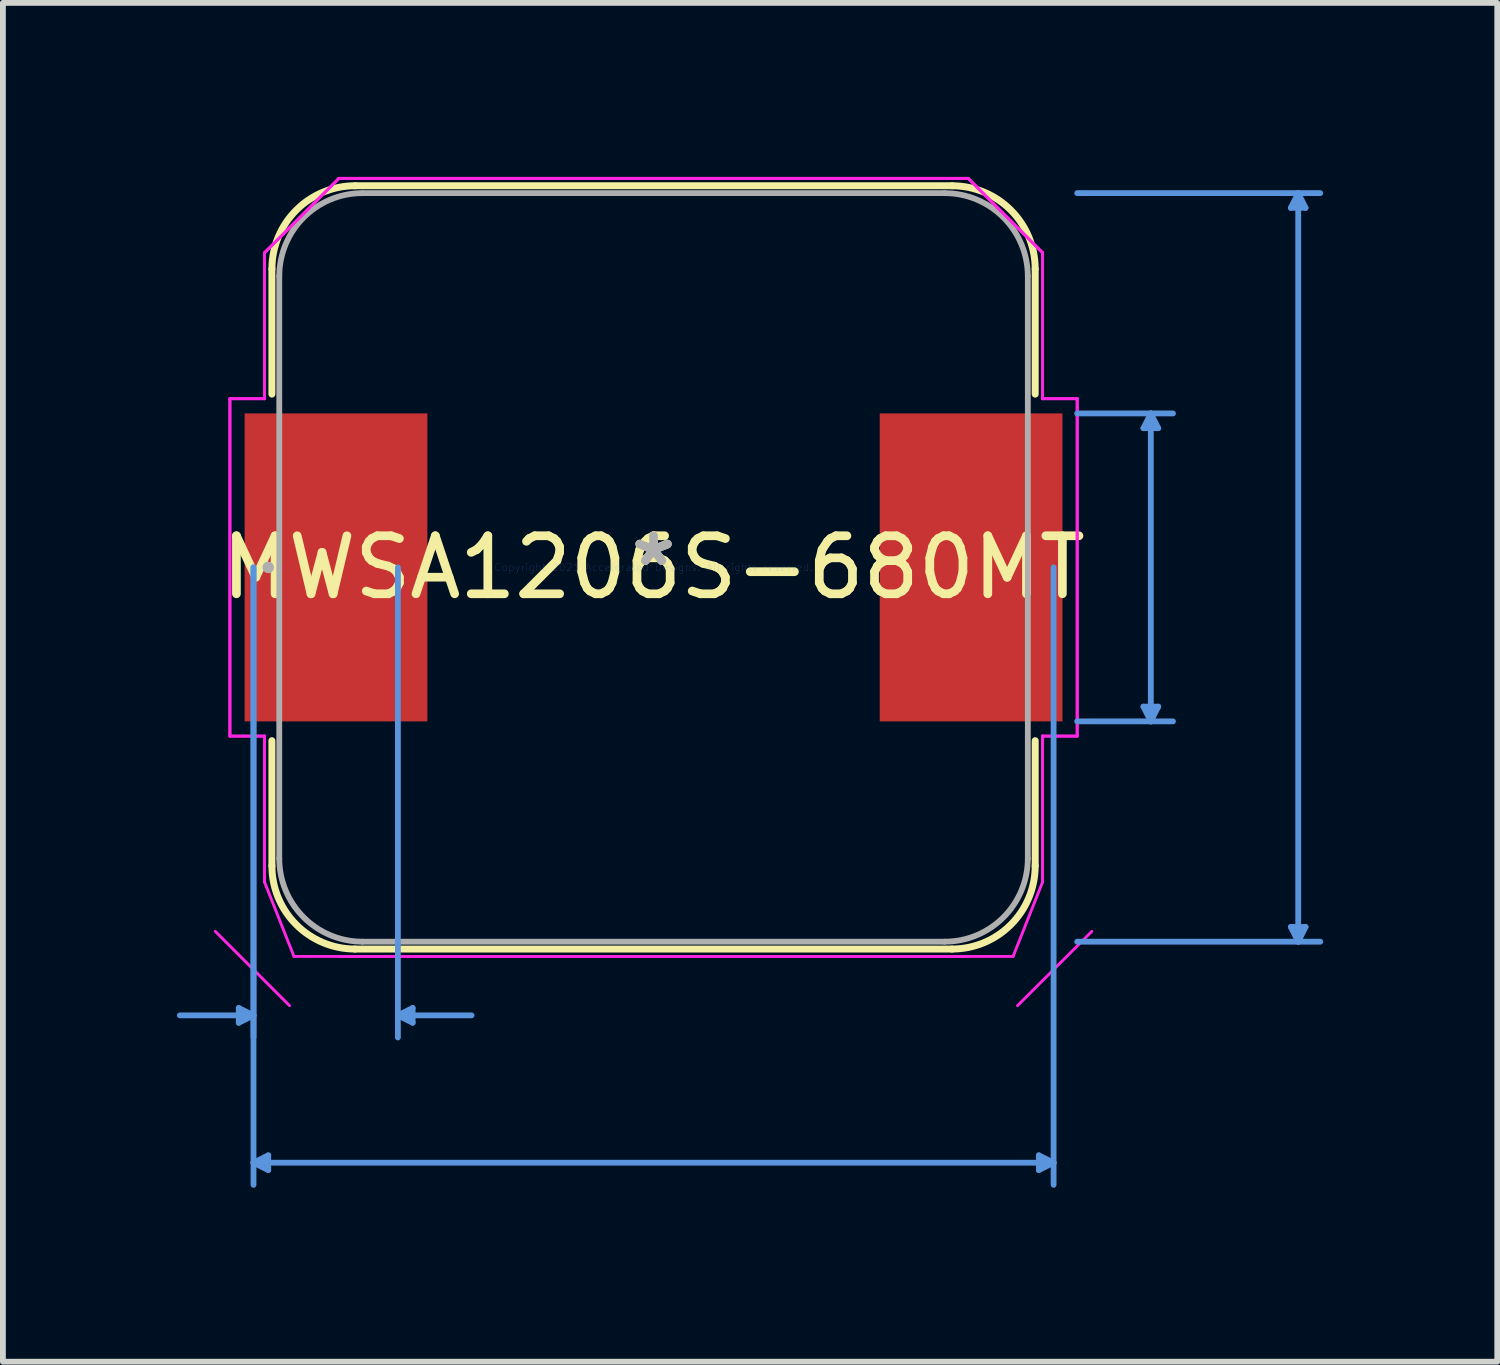
<source format=kicad_pcb>
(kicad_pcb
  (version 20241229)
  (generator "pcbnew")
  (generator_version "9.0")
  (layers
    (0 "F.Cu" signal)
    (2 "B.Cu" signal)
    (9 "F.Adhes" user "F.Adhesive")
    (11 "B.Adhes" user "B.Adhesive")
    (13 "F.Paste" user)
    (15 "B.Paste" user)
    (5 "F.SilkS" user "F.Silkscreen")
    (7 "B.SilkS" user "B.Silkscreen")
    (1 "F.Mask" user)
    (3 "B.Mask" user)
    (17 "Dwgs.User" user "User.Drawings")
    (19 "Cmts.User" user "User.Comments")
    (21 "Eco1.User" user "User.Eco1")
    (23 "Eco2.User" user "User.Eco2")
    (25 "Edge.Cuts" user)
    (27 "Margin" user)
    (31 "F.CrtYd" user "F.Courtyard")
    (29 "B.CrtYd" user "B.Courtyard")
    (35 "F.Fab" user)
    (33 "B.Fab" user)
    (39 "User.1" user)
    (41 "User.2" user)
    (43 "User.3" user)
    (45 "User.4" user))
  (footprint "MWSA1206S-680MT"
    (layer "F.Cu")
    (at 8.216 6.731)
    (property "Reference" "MWSA1206S-680MT" (at 0 0 0) (layer "F.SilkS") (effects (font (size 1 1) (thickness 0.15))))
    (attr through_hole)
    (fp_line (start -6.579 -2.987) (end -6.579 -5.145) (stroke (width 0.12) (type solid)) (layer "F.SilkS"))
    (fp_line (start -6.579 5.145) (end -6.579 2.987) (stroke (width 0.12) (type solid)) (layer "F.SilkS"))
    (fp_line (start -5.145 -6.579) (end 5.145 -6.579) (stroke (width 0.12) (type solid)) (layer "F.SilkS"))
    (fp_line (start -5.145 6.579) (end 5.145 6.579) (stroke (width 0.12) (type solid)) (layer "F.SilkS"))
    (fp_line (start 6.579 -5.145) (end 6.579 -2.987) (stroke (width 0.12) (type solid)) (layer "F.SilkS"))
    (fp_line (start 6.579 2.987) (end 6.579 5.145) (stroke (width 0.12) (type solid)) (layer "F.SilkS"))
    (fp_arc (start -6.5786 -5.144911) (mid -6.158682 -6.158682) (end -5.144911 -6.5786) (stroke (width 0.12) (type solid)) (layer "F.SilkS"))
    (fp_arc (start -5.144911 6.5786) (mid -6.158682 6.158682) (end -6.5786 5.144911) (stroke (width 0.12) (type solid)) (layer "F.SilkS"))
    (fp_arc (start 5.144911 -6.5786) (mid 6.158682 -6.158682) (end 6.5786 -5.144911) (stroke (width 0.12) (type solid)) (layer "F.SilkS"))
    (fp_arc (start 6.5786 5.144911) (mid 6.158682 6.158682) (end 5.144911 6.5786) (stroke (width 0.12) (type solid)) (layer "F.SilkS"))
    (fp_line (start -7.15 7.595) (end -7.15 7.849) (stroke (width 0.1) (type solid)) (layer "Cmts.User"))
    (fp_line (start -6.896 0) (end -6.896 8.103) (stroke (width 0.1) (type solid)) (layer "Cmts.User"))
    (fp_line (start -6.896 0) (end -6.896 10.643) (stroke (width 0.1) (type solid)) (layer "Cmts.User"))
    (fp_line (start -6.896 7.722) (end -8.166 7.722) (stroke (width 0.1) (type solid)) (layer "Cmts.User"))
    (fp_line (start -6.896 7.722) (end -7.15 7.595) (stroke (width 0.1) (type solid)) (layer "Cmts.User"))
    (fp_line (start -6.896 7.722) (end -7.15 7.849) (stroke (width 0.1) (type solid)) (layer "Cmts.User"))
    (fp_line (start -6.896 10.262) (end -6.642 10.135) (stroke (width 0.1) (type solid)) (layer "Cmts.User"))
    (fp_line (start -6.896 10.262) (end -6.642 10.389) (stroke (width 0.1) (type solid)) (layer "Cmts.User"))
    (fp_line (start -6.896 10.262) (end 6.896 10.262) (stroke (width 0.1) (type solid)) (layer "Cmts.User"))
    (fp_line (start -6.642 10.135) (end -6.642 10.389) (stroke (width 0.1) (type solid)) (layer "Cmts.User"))
    (fp_line (start -4.407 0) (end -4.407 8.103) (stroke (width 0.1) (type solid)) (layer "Cmts.User"))
    (fp_line (start -4.407 7.722) (end -4.153 7.595) (stroke (width 0.1) (type solid)) (layer "Cmts.User"))
    (fp_line (start -4.407 7.722) (end -4.153 7.849) (stroke (width 0.1) (type solid)) (layer "Cmts.User"))
    (fp_line (start -4.407 7.722) (end -3.137 7.722) (stroke (width 0.1) (type solid)) (layer "Cmts.User"))
    (fp_line (start -4.153 7.595) (end -4.153 7.849) (stroke (width 0.1) (type solid)) (layer "Cmts.User"))
    (fp_line (start 6.642 10.135) (end 6.642 10.389) (stroke (width 0.1) (type solid)) (layer "Cmts.User"))
    (fp_line (start 6.896 0) (end 6.896 10.643) (stroke (width 0.1) (type solid)) (layer "Cmts.User"))
    (fp_line (start 6.896 10.262) (end 6.642 10.135) (stroke (width 0.1) (type solid)) (layer "Cmts.User"))
    (fp_line (start 6.896 10.262) (end 6.642 10.389) (stroke (width 0.1) (type solid)) (layer "Cmts.User"))
    (fp_line (start 7.303 -6.452) (end 11.493 -6.452) (stroke (width 0.1) (type solid)) (layer "Cmts.User"))
    (fp_line (start 7.303 -2.654) (end 8.954 -2.654) (stroke (width 0.1) (type solid)) (layer "Cmts.User"))
    (fp_line (start 7.303 2.654) (end 8.954 2.654) (stroke (width 0.1) (type solid)) (layer "Cmts.User"))
    (fp_line (start 7.303 6.452) (end 11.493 6.452) (stroke (width 0.1) (type solid)) (layer "Cmts.User"))
    (fp_line (start 8.445 -2.4) (end 8.7 -2.4) (stroke (width 0.1) (type solid)) (layer "Cmts.User"))
    (fp_line (start 8.445 2.4) (end 8.7 2.4) (stroke (width 0.1) (type solid)) (layer "Cmts.User"))
    (fp_line (start 8.572 -2.654) (end 8.445 -2.4) (stroke (width 0.1) (type solid)) (layer "Cmts.User"))
    (fp_line (start 8.572 -2.654) (end 8.572 2.654) (stroke (width 0.1) (type solid)) (layer "Cmts.User"))
    (fp_line (start 8.572 -2.654) (end 8.7 -2.4) (stroke (width 0.1) (type solid)) (layer "Cmts.User"))
    (fp_line (start 8.572 2.654) (end 8.445 2.4) (stroke (width 0.1) (type solid)) (layer "Cmts.User"))
    (fp_line (start 8.572 2.654) (end 8.7 2.4) (stroke (width 0.1) (type solid)) (layer "Cmts.User"))
    (fp_line (start 10.986 -6.198) (end 11.239 -6.198) (stroke (width 0.1) (type solid)) (layer "Cmts.User"))
    (fp_line (start 10.986 6.198) (end 11.239 6.198) (stroke (width 0.1) (type solid)) (layer "Cmts.User"))
    (fp_line (start 11.113 -6.452) (end 10.986 -6.198) (stroke (width 0.1) (type solid)) (layer "Cmts.User"))
    (fp_line (start 11.113 -6.452) (end 11.113 6.452) (stroke (width 0.1) (type solid)) (layer "Cmts.User"))
    (fp_line (start 11.113 -6.452) (end 11.239 -6.198) (stroke (width 0.1) (type solid)) (layer "Cmts.User"))
    (fp_line (start 11.113 6.452) (end 10.986 6.198) (stroke (width 0.1) (type solid)) (layer "Cmts.User"))
    (fp_line (start 11.113 6.452) (end 11.239 6.198) (stroke (width 0.1) (type solid)) (layer "Cmts.User"))
    (fp_line (start -7.555 6.274) (end -6.274 7.555) (stroke (width 0.05) (type solid)) (layer "F.CrtYd"))
    (fp_line (start -7.303 -2.908) (end -6.706 -2.908) (stroke (width 0.05) (type solid)) (layer "F.CrtYd"))
    (fp_line (start -7.303 -2.908) (end -6.706 -2.908) (stroke (width 0.05) (type solid)) (layer "F.CrtYd"))
    (fp_line (start -7.303 2.908) (end -7.303 -2.908) (stroke (width 0.05) (type solid)) (layer "F.CrtYd"))
    (fp_line (start -7.303 2.908) (end -7.303 -2.908) (stroke (width 0.05) (type solid)) (layer "F.CrtYd"))
    (fp_line (start -6.706 -5.424) (end -5.424 -6.706) (stroke (width 0.05) (type solid)) (layer "F.CrtYd"))
    (fp_line (start -6.706 -5.424) (end -5.424 -6.706) (stroke (width 0.05) (type solid)) (layer "F.CrtYd"))
    (fp_line (start -6.706 -2.908) (end -6.706 -5.424) (stroke (width 0.05) (type solid)) (layer "F.CrtYd"))
    (fp_line (start -6.706 -2.908) (end -6.706 -5.424) (stroke (width 0.05) (type solid)) (layer "F.CrtYd"))
    (fp_line (start -6.706 2.908) (end -7.303 2.908) (stroke (width 0.05) (type solid)) (layer "F.CrtYd"))
    (fp_line (start -6.706 2.908) (end -7.303 2.908) (stroke (width 0.05) (type solid)) (layer "F.CrtYd"))
    (fp_line (start -6.706 5.424) (end -6.706 2.908) (stroke (width 0.05) (type solid)) (layer "F.CrtYd"))
    (fp_line (start -6.706 5.424) (end -6.706 2.908) (stroke (width 0.05) (type solid)) (layer "F.CrtYd"))
    (fp_line (start -6.198 6.706) (end -6.706 5.424) (stroke (width 0.05) (type solid)) (layer "F.CrtYd"))
    (fp_line (start -5.424 -6.706) (end 5.424 -6.706) (stroke (width 0.05) (type solid)) (layer "F.CrtYd"))
    (fp_line (start -5.424 -6.706) (end 5.424 -6.706) (stroke (width 0.05) (type solid)) (layer "F.CrtYd"))
    (fp_line (start -5.424 6.706) (end 5.424 6.706) (stroke (width 0.05) (type solid)) (layer "F.CrtYd"))
    (fp_line (start 5.424 -6.706) (end 6.706 -5.424) (stroke (width 0.05) (type solid)) (layer "F.CrtYd"))
    (fp_line (start 5.424 -6.706) (end 6.706 -5.424) (stroke (width 0.05) (type solid)) (layer "F.CrtYd"))
    (fp_line (start 6.198 6.706) (end -6.198 6.706) (stroke (width 0.05) (type solid)) (layer "F.CrtYd"))
    (fp_line (start 6.274 7.555) (end 7.555 6.274) (stroke (width 0.05) (type solid)) (layer "F.CrtYd"))
    (fp_line (start 6.706 -5.424) (end 6.706 -2.908) (stroke (width 0.05) (type solid)) (layer "F.CrtYd"))
    (fp_line (start 6.706 -5.424) (end 6.706 -2.908) (stroke (width 0.05) (type solid)) (layer "F.CrtYd"))
    (fp_line (start 6.706 -2.908) (end 7.303 -2.908) (stroke (width 0.05) (type solid)) (layer "F.CrtYd"))
    (fp_line (start 6.706 -2.908) (end 7.303 -2.908) (stroke (width 0.05) (type solid)) (layer "F.CrtYd"))
    (fp_line (start 6.706 2.908) (end 6.706 5.424) (stroke (width 0.05) (type solid)) (layer "F.CrtYd"))
    (fp_line (start 6.706 5.424) (end 6.198 6.706) (stroke (width 0.05) (type solid)) (layer "F.CrtYd"))
    (fp_line (start 6.706 5.424) (end 6.706 2.908) (stroke (width 0.05) (type solid)) (layer "F.CrtYd"))
    (fp_line (start 7.303 -2.908) (end 7.303 2.908) (stroke (width 0.05) (type solid)) (layer "F.CrtYd"))
    (fp_line (start 7.303 -2.908) (end 7.303 2.908) (stroke (width 0.05) (type solid)) (layer "F.CrtYd"))
    (fp_line (start 7.303 2.908) (end 6.706 2.908) (stroke (width 0.05) (type solid)) (layer "F.CrtYd"))
    (fp_line (start 7.303 2.908) (end 6.706 2.908) (stroke (width 0.05) (type solid)) (layer "F.CrtYd"))
    (fp_line (start -6.452 5.018) (end -6.452 -5.018) (stroke (width 0.1) (type solid)) (layer "F.Fab"))
    (fp_line (start -5.018 -6.452) (end 5.018 -6.452) (stroke (width 0.1) (type solid)) (layer "F.Fab"))
    (fp_line (start -5.018 6.452) (end 5.018 6.452) (stroke (width 0.1) (type solid)) (layer "F.Fab"))
    (fp_line (start 6.452 -5.018) (end 6.452 5.018) (stroke (width 0.1) (type solid)) (layer "F.Fab"))
    (fp_arc (start -6.4516 -5.017911) (mid -6.031682 -6.031682) (end -5.017911 -6.4516) (stroke (width 0.1) (type solid)) (layer "F.Fab"))
    (fp_arc (start -5.017911 6.4516) (mid -6.031682 6.031682) (end -6.4516 5.017911) (stroke (width 0.1) (type solid)) (layer "F.Fab"))
    (fp_arc (start 5.017911 -6.4516) (mid 6.031682 -6.031682) (end 6.4516 -5.017911) (stroke (width 0.1) (type solid)) (layer "F.Fab"))
    (fp_arc (start 6.4516 5.017911) (mid 6.031682 6.031682) (end 5.017911 6.4516) (stroke (width 0.1) (type solid)) (layer "F.Fab"))
    (fp_circle (center -6.642 0) (end -6.642 0) (stroke (width 0.1) (type solid)) (fill no) (layer "F.Fab"))
    (fp_text user "*" (at 0 0 0) (layer "F.SilkS") (effects (font (size 1 1) (thickness 0.15))))
    (fp_text user "Copyright 2021 Accelerated Designs. All rights reserved." (at 0 0 0) (layer "Cmts.User") (effects (font (size 0.127 0.127) (thickness 0.002))))
    (fp_text user "*" (at 0 0 0) (layer "F.Fab") (effects (font (size 1 1) (thickness 0.15))))
    (pad "1" smd rect (at -5.474 0 90) (size 5.309 3.15) (layers "F.Cu" "F.Mask" "F.Paste"))
    (pad "2" smd rect (at 5.474 0 90) (size 5.309 3.15) (layers "F.Cu" "F.Mask" "F.Paste")))
  (gr_rect
    (start -3 -3)
    (end 22.76 20.423)
    (stroke (width 0.1) (type default))
    (fill no)
    (layer "Edge.Cuts")))
</source>
